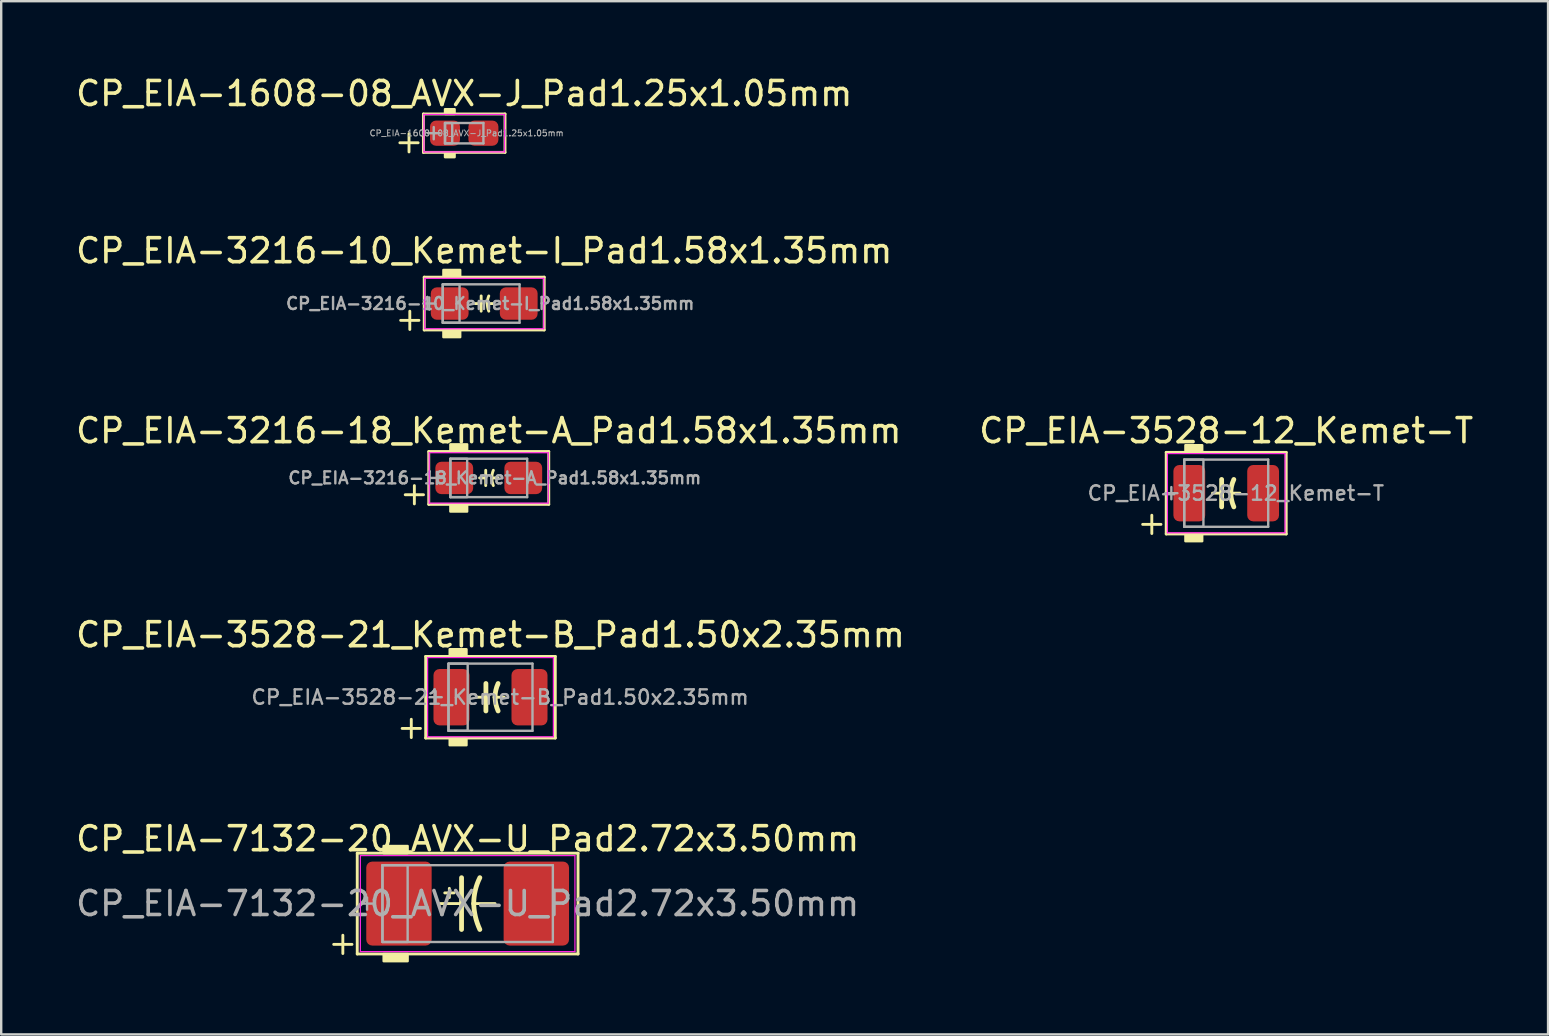
<source format=kicad_pcb>
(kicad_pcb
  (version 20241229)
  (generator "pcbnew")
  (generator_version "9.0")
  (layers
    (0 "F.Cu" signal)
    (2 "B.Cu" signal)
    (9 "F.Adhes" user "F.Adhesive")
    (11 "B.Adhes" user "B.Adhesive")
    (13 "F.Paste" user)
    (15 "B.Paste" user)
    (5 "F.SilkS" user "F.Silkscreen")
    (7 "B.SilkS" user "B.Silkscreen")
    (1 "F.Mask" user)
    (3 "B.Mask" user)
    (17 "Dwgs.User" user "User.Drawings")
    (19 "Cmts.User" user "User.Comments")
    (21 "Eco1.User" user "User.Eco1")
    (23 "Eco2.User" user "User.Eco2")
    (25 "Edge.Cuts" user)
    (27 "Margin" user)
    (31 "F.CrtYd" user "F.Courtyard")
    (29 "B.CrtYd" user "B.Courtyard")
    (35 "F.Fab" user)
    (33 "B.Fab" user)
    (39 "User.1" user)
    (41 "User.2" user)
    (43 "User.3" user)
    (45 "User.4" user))
  (footprint "CP_EIA-3216-10_Kemet-I_Pad1.58x1.35mm"
    (layer "F.Cu")
    (at 17.125 9.598)
    (property "Reference" "CP_EIA-3216-10_Kemet-I_Pad1.58x1.35mm" (at 0 -2.2 0) (layer "F.SilkS") (effects (font (size 1 1) (thickness 0.15))))
    (attr smd)
    (fp_line (start -3.481 0.7) (end -2.719 0.7) (stroke (width 0.12) (type solid)) (layer "F.SilkS"))
    (fp_line (start -3.1 0.319) (end -3.1 1.081) (stroke (width 0.12) (type solid)) (layer "F.SilkS"))
    (fp_line (start -2.5 -1.1) (end -2.5 1.1) (stroke (width 0.12) (type solid)) (layer "F.SilkS"))
    (fp_line (start -2.5 1.1) (end 2.5 1.1) (stroke (width 0.12) (type solid)) (layer "F.SilkS"))
    (fp_line (start -0.381 0) (end -0.127 0) (stroke (width 0.12) (type solid)) (layer "F.SilkS"))
    (fp_line (start -0.127 -0.318) (end -0.127 0.318) (stroke (width 0.12) (type solid)) (layer "F.SilkS"))
    (fp_line (start 0.381 0) (end 0.127 0) (stroke (width 0.12) (type solid)) (layer "F.SilkS"))
    (fp_line (start 2.5 -1.1) (end -2.5 -1.1) (stroke (width 0.12) (type solid)) (layer "F.SilkS"))
    (fp_line (start 2.5 1.1) (end 2.5 -1.1) (stroke (width 0.12) (type solid)) (layer "F.SilkS"))
    (fp_arc (start 0.127 0) (mid 0.143031 -0.161894) (end 0.1905 -0.3175) (stroke (width 0.12) (type solid)) (layer "F.SilkS"))
    (fp_arc (start 0.1905 0.3175) (mid 0.145242 0.161452) (end 0.127 0) (stroke (width 0.12) (type solid)) (layer "F.SilkS"))
    (fp_poly (pts (xy -1 -1.1) (xy -1.7 -1.1) (xy -1.7 -1.4) (xy -1 -1.4)) (stroke (width 0.1) (type solid)) (fill yes) (layer "F.SilkS"))
    (fp_poly (pts (xy -1 1.4) (xy -1.7 1.4) (xy -1.7 1.1) (xy -1 1.1)) (stroke (width 0.1) (type solid)) (fill yes) (layer "F.SilkS"))
    (fp_line (start -2.48 -1.05) (end 2.48 -1.05) (stroke (width 0.05) (type solid)) (layer "F.CrtYd"))
    (fp_line (start -2.48 1.05) (end -2.48 -1.05) (stroke (width 0.05) (type solid)) (layer "F.CrtYd"))
    (fp_line (start 2.48 -1.05) (end 2.48 1.05) (stroke (width 0.05) (type solid)) (layer "F.CrtYd"))
    (fp_line (start 2.48 1.05) (end -2.48 1.05) (stroke (width 0.05) (type solid)) (layer "F.CrtYd"))
    (fp_line (start -2.286 -0.254) (end -2.286 0.254) (stroke (width 0.1) (type solid)) (layer "F.Fab"))
    (fp_line (start -2.032 0) (end -2.54 0) (stroke (width 0.1) (type solid)) (layer "F.Fab"))
    (fp_line (start -1.727 -0.8) (end -1.727 0.8) (stroke (width 0.1) (type solid)) (layer "F.Fab"))
    (fp_line (start -1.727 0.8) (end 1.473 0.8) (stroke (width 0.1) (type solid)) (layer "F.Fab"))
    (fp_line (start 1.473 -0.8) (end -1.727 -0.8) (stroke (width 0.1) (type solid)) (layer "F.Fab"))
    (fp_line (start 1.473 0.8) (end 1.473 -0.8) (stroke (width 0.1) (type solid)) (layer "F.Fab"))
    (fp_rect (start -1.727 -0.8) (end -1.027 0.8) (stroke (width 0.1) (type solid)) (fill no) (layer "F.Fab"))
    (fp_text user "${REFERENCE}" (at 0.25 0 0) (layer "F.Fab") (effects (font (size 0.5 0.5) (thickness 0.1))))
    (pad "1" smd roundrect (at -1.438 0) (size 1.575 1.35) (layers "F.Cu" "F.Mask" "F.Paste") (roundrect_rratio 0.185))
    (pad "2" smd roundrect (at 1.438 0) (size 1.575 1.35) (layers "F.Cu" "F.Mask" "F.Paste") (roundrect_rratio 0.185)))
  (footprint "CP_EIA-3216-18_Kemet-A_Pad1.58x1.35mm"
    (layer "F.Cu")
    (at 17.315 16.864)
    (property "Reference" "CP_EIA-3216-18_Kemet-A_Pad1.58x1.35mm" (at 0 -1.968 0) (layer "F.SilkS") (effects (font (size 1 1) (thickness 0.15))))
    (attr smd)
    (fp_line (start -3.481 0.7) (end -2.719 0.7) (stroke (width 0.12) (type solid)) (layer "F.SilkS"))
    (fp_line (start -3.1 0.319) (end -3.1 1.081) (stroke (width 0.12) (type solid)) (layer "F.SilkS"))
    (fp_line (start -2.5 -1.1) (end -2.5 1.1) (stroke (width 0.12) (type solid)) (layer "F.SilkS"))
    (fp_line (start -2.5 1.1) (end 2.5 1.1) (stroke (width 0.12) (type solid)) (layer "F.SilkS"))
    (fp_line (start -0.381 0) (end -0.127 0) (stroke (width 0.12) (type solid)) (layer "F.SilkS"))
    (fp_line (start -0.127 -0.318) (end -0.127 0.318) (stroke (width 0.12) (type solid)) (layer "F.SilkS"))
    (fp_line (start 0.381 0) (end 0.127 0) (stroke (width 0.12) (type solid)) (layer "F.SilkS"))
    (fp_line (start 2.5 -1.1) (end -2.5 -1.1) (stroke (width 0.12) (type solid)) (layer "F.SilkS"))
    (fp_line (start 2.5 1.1) (end 2.5 -1.1) (stroke (width 0.12) (type solid)) (layer "F.SilkS"))
    (fp_arc (start 0.127 0) (mid 0.143031 -0.161894) (end 0.1905 -0.3175) (stroke (width 0.12) (type solid)) (layer "F.SilkS"))
    (fp_arc (start 0.1905 0.3175) (mid 0.145241 0.161452) (end 0.127 0) (stroke (width 0.12) (type solid)) (layer "F.SilkS"))
    (fp_poly (pts (xy -0.9 -1.1) (xy -1.6 -1.1) (xy -1.6 -1.4) (xy -0.9 -1.4)) (stroke (width 0.1) (type solid)) (fill yes) (layer "F.SilkS"))
    (fp_poly (pts (xy -0.9 1.4) (xy -1.6 1.4) (xy -1.6 1.1) (xy -0.9 1.1)) (stroke (width 0.1) (type solid)) (fill yes) (layer "F.SilkS"))
    (fp_line (start -2.48 -1.05) (end 2.48 -1.05) (stroke (width 0.05) (type solid)) (layer "F.CrtYd"))
    (fp_line (start -2.48 1.05) (end -2.48 -1.05) (stroke (width 0.05) (type solid)) (layer "F.CrtYd"))
    (fp_line (start 2.48 -1.05) (end 2.48 1.05) (stroke (width 0.05) (type solid)) (layer "F.CrtYd"))
    (fp_line (start 2.48 1.05) (end -2.48 1.05) (stroke (width 0.05) (type solid)) (layer "F.CrtYd"))
    (fp_line (start -2.159 -0.254) (end -2.159 0.254) (stroke (width 0.1) (type solid)) (layer "F.Fab"))
    (fp_line (start -1.905 0) (end -2.413 0) (stroke (width 0.1) (type solid)) (layer "F.Fab"))
    (fp_line (start -1.6 -0.8) (end -1.6 0.8) (stroke (width 0.1) (type solid)) (layer "F.Fab"))
    (fp_line (start -1.6 0.8) (end 1.6 0.8) (stroke (width 0.1) (type solid)) (layer "F.Fab"))
    (fp_line (start 1.6 -0.8) (end -1.6 -0.8) (stroke (width 0.1) (type solid)) (layer "F.Fab"))
    (fp_line (start 1.6 0.8) (end 1.6 -0.8) (stroke (width 0.1) (type solid)) (layer "F.Fab"))
    (fp_rect (start -1.6 -0.8) (end -0.9 0.8) (stroke (width 0.1) (type solid)) (fill no) (layer "F.Fab"))
    (fp_text user "${REFERENCE}" (at 0.25 0 0) (layer "F.Fab") (effects (font (size 0.5 0.5) (thickness 0.1))))
    (pad "1" smd roundrect (at -1.438 0) (size 1.575 1.35) (layers "F.Cu" "F.Mask" "F.Paste") (roundrect_rratio 0.185))
    (pad "2" smd roundrect (at 1.438 0) (size 1.575 1.35) (layers "F.Cu" "F.Mask" "F.Paste") (roundrect_rratio 0.185)))
  (footprint "CP_EIA-1608-08_AVX-J_Pad1.25x1.05mm"
    (layer "F.Cu")
    (at 16.292 2.499)
    (property "Reference" "CP_EIA-1608-08_AVX-J_Pad1.25x1.05mm" (at 0 -1.651 0) (layer "F.SilkS") (effects (font (size 1 1) (thickness 0.15))))
    (attr smd)
    (fp_line (start -2.681 0.4) (end -1.919 0.4) (stroke (width 0.12) (type solid)) (layer "F.SilkS"))
    (fp_line (start -2.3 0.019) (end -2.3 0.781) (stroke (width 0.12) (type solid)) (layer "F.SilkS"))
    (fp_line (start -1.7 -0.8) (end -1.7 0.8) (stroke (width 0.12) (type solid)) (layer "F.SilkS"))
    (fp_line (start -1.7 0.8) (end 1.7 0.8) (stroke (width 0.12) (type solid)) (layer "F.SilkS"))
    (fp_line (start 1.7 -0.8) (end -1.7 -0.8) (stroke (width 0.12) (type solid)) (layer "F.SilkS"))
    (fp_line (start 1.7 0.8) (end 1.7 -0.8) (stroke (width 0.12) (type solid)) (layer "F.SilkS"))
    (fp_poly (pts (xy -0.4 -0.8) (xy -0.8 -0.8) (xy -0.8 -1) (xy -0.4 -1)) (stroke (width 0.1) (type solid)) (fill yes) (layer "F.SilkS"))
    (fp_poly (pts (xy -0.4 1) (xy -0.8 1) (xy -0.8 0.8) (xy -0.4 0.8)) (stroke (width 0.1) (type solid)) (fill yes) (layer "F.SilkS"))
    (fp_line (start -1.68 -0.78) (end 1.68 -0.78) (stroke (width 0.05) (type solid)) (layer "F.CrtYd"))
    (fp_line (start -1.68 0.78) (end -1.68 -0.78) (stroke (width 0.05) (type solid)) (layer "F.CrtYd"))
    (fp_line (start 1.68 -0.78) (end 1.68 0.78) (stroke (width 0.05) (type solid)) (layer "F.CrtYd"))
    (fp_line (start 1.68 0.78) (end -1.68 0.78) (stroke (width 0.05) (type solid)) (layer "F.CrtYd"))
    (fp_line (start -1.27 -0.254) (end -1.27 0.254) (stroke (width 0.1) (type solid)) (layer "F.Fab"))
    (fp_line (start -1.016 0) (end -1.524 0) (stroke (width 0.1) (type solid)) (layer "F.Fab"))
    (fp_line (start -0.8 -0.425) (end -0.8 0.425) (stroke (width 0.1) (type solid)) (layer "F.Fab"))
    (fp_line (start -0.8 0.425) (end 0.8 0.425) (stroke (width 0.1) (type solid)) (layer "F.Fab"))
    (fp_line (start 0.8 -0.425) (end -0.8 -0.425) (stroke (width 0.1) (type solid)) (layer "F.Fab"))
    (fp_line (start 0.8 0.425) (end 0.8 -0.425) (stroke (width 0.1) (type solid)) (layer "F.Fab"))
    (fp_rect (start -0.8 -0.425) (end -0.5 0.425) (stroke (width 0.1) (type solid)) (fill no) (layer "F.Fab"))
    (fp_text user "${REFERENCE}" (at 0.1 0 0) (layer "F.Fab") (effects (font (size 0.25 0.25) (thickness 0.04))))
    (pad "1" smd roundrect (at -0.8 0) (size 1.25 1.05) (layers "F.Cu" "F.Mask" "F.Paste") (roundrect_rratio 0.238))
    (pad "2" smd roundrect (at 0.8 0) (size 1.25 1.05) (layers "F.Cu" "F.Mask" "F.Paste") (roundrect_rratio 0.238)))
  (footprint "CP_EIA-3528-12_Kemet-T"
    (layer "F.Cu")
    (at 48.042 17.499)
    (property "Reference" "CP_EIA-3528-12_Kemet-T" (at 0 -2.603 0) (layer "F.SilkS") (effects (font (size 1 1) (thickness 0.15))))
    (attr smd)
    (fp_line (start -3.481 1.3) (end -2.719 1.3) (stroke (width 0.12) (type solid)) (layer "F.SilkS"))
    (fp_line (start -3.1 0.919) (end -3.1 1.681) (stroke (width 0.12) (type solid)) (layer "F.SilkS"))
    (fp_line (start -2.5 -1.7) (end -2.5 1.7) (stroke (width 0.12) (type solid)) (layer "F.SilkS"))
    (fp_line (start -2.5 1.7) (end 2.5 1.7) (stroke (width 0.12) (type solid)) (layer "F.SilkS"))
    (fp_line (start -0.572 0) (end -0.191 0) (stroke (width 0.12) (type solid)) (layer "F.SilkS"))
    (fp_line (start -0.191 -0.572) (end -0.191 0.572) (stroke (width 0.2) (type solid)) (layer "F.SilkS"))
    (fp_line (start 0.572 0) (end 0.191 0) (stroke (width 0.12) (type solid)) (layer "F.SilkS"))
    (fp_line (start 2.5 -1.7) (end -2.5 -1.7) (stroke (width 0.12) (type solid)) (layer "F.SilkS"))
    (fp_line (start 2.5 1.7) (end 2.5 -1.7) (stroke (width 0.12) (type solid)) (layer "F.SilkS"))
    (fp_arc (start 0.1905 0) (mid 0.222579 -0.292732) (end 0.3175 -0.5715) (stroke (width 0.2) (type solid)) (layer "F.SilkS"))
    (fp_arc (start 0.3175 0.5715) (mid 0.226611 0.291836) (end 0.1905 0) (stroke (width 0.2) (type solid)) (layer "F.SilkS"))
    (fp_poly (pts (xy -1 -1.7) (xy -1.7 -1.7) (xy -1.7 -2) (xy -1 -2)) (stroke (width 0.1) (type solid)) (fill yes) (layer "F.SilkS"))
    (fp_poly (pts (xy -1 2) (xy -1.7 2) (xy -1.7 1.7) (xy -1 1.7)) (stroke (width 0.1) (type solid)) (fill yes) (layer "F.SilkS"))
    (fp_line (start -2.45 -1.65) (end 2.45 -1.65) (stroke (width 0.05) (type solid)) (layer "F.CrtYd"))
    (fp_line (start -2.45 1.65) (end -2.45 -1.65) (stroke (width 0.05) (type solid)) (layer "F.CrtYd"))
    (fp_line (start 2.45 -1.65) (end 2.45 1.65) (stroke (width 0.05) (type solid)) (layer "F.CrtYd"))
    (fp_line (start 2.45 1.65) (end -2.45 1.65) (stroke (width 0.05) (type solid)) (layer "F.CrtYd"))
    (fp_line (start -2.286 -0.254) (end -2.286 0.254) (stroke (width 0.1) (type solid)) (layer "F.Fab"))
    (fp_line (start -2.032 0) (end -2.54 0) (stroke (width 0.1) (type solid)) (layer "F.Fab"))
    (fp_line (start -1.75 -1.4) (end -1.75 1.4) (stroke (width 0.1) (type solid)) (layer "F.Fab"))
    (fp_line (start -1.75 1.4) (end 1.75 1.4) (stroke (width 0.1) (type solid)) (layer "F.Fab"))
    (fp_line (start 1.75 -1.4) (end -1.75 -1.4) (stroke (width 0.1) (type solid)) (layer "F.Fab"))
    (fp_line (start 1.75 1.4) (end 1.75 -1.4) (stroke (width 0.1) (type solid)) (layer "F.Fab"))
    (fp_rect (start -1.75 -1.4) (end -0.95 1.4) (stroke (width 0.1) (type solid)) (fill no) (layer "F.Fab"))
    (fp_text user "${REFERENCE}" (at 0.4 0 0) (layer "F.Fab") (effects (font (size 0.6 0.6) (thickness 0.1))))
    (pad "1" smd roundrect (at -1.538 0) (size 1.325 2.35) (layers "F.Cu" "F.Mask" "F.Paste") (roundrect_rratio 0.189))
    (pad "2" smd roundrect (at 1.538 0) (size 1.325 2.35) (layers "F.Cu" "F.Mask" "F.Paste") (roundrect_rratio 0.189)))
  (footprint "CP_EIA-7132-20_AVX-U_Pad2.72x3.50mm"
    (layer "F.Cu")
    (at 16.435 34.599)
    (property "Reference" "CP_EIA-7132-20_AVX-U_Pad2.72x3.50mm" (at 0 -2.7 0) (layer "F.SilkS") (effects (font (size 1 1) (thickness 0.15))))
    (attr smd)
    (fp_line (start -5.581 1.7) (end -4.819 1.7) (stroke (width 0.12) (type solid)) (layer "F.SilkS"))
    (fp_line (start -5.2 1.319) (end -5.2 2.081) (stroke (width 0.12) (type solid)) (layer "F.SilkS"))
    (fp_line (start -4.6 -2.1) (end -4.6 2.1) (stroke (width 0.12) (type solid)) (layer "F.SilkS"))
    (fp_line (start -4.6 2.1) (end 4.6 2.1) (stroke (width 0.12) (type solid)) (layer "F.SilkS"))
    (fp_line (start -1.143 0) (end -0.254 0) (stroke (width 0.12) (type solid)) (layer "F.SilkS"))
    (fp_line (start -0.762 -0.254) (end -0.762 -0.635) (stroke (width 0.12) (type solid)) (layer "F.SilkS"))
    (fp_line (start -0.572 -0.445) (end -0.953 -0.445) (stroke (width 0.12) (type solid)) (layer "F.SilkS"))
    (fp_line (start -0.254 -1.079) (end -0.254 1.079) (stroke (width 0.2) (type solid)) (layer "F.SilkS"))
    (fp_line (start 1.143 0) (end 0.254 0) (stroke (width 0.12) (type solid)) (layer "F.SilkS"))
    (fp_line (start 4.6 -2.1) (end -4.6 -2.1) (stroke (width 0.12) (type solid)) (layer "F.SilkS"))
    (fp_line (start 4.6 2.1) (end 4.6 -2.1) (stroke (width 0.12) (type solid)) (layer "F.SilkS"))
    (fp_arc (start 0.254 0) (mid 0.318254 -0.554514) (end 0.508 -1.0795) (stroke (width 0.2) (type solid)) (layer "F.SilkS"))
    (fp_arc (start 0.508 1.0795) (mid 0.325879 0.55272) (end 0.254 0) (stroke (width 0.2) (type solid)) (layer "F.SilkS"))
    (fp_poly (pts (xy -2.5 -2.1) (xy -3.5 -2.1) (xy -3.5 -2.4) (xy -2.5 -2.4)) (stroke (width 0.1) (type solid)) (fill yes) (layer "F.SilkS"))
    (fp_poly (pts (xy -2.5 2.4) (xy -3.5 2.4) (xy -3.5 2.1) (xy -2.5 2.1)) (stroke (width 0.1) (type solid)) (fill yes) (layer "F.SilkS"))
    (fp_line (start -4.47 -2) (end 4.47 -2) (stroke (width 0.05) (type solid)) (layer "F.CrtYd"))
    (fp_line (start -4.47 2) (end -4.47 -2) (stroke (width 0.05) (type solid)) (layer "F.CrtYd"))
    (fp_line (start 4.47 -2) (end 4.47 2) (stroke (width 0.05) (type solid)) (layer "F.CrtYd"))
    (fp_line (start 4.47 2) (end -4.47 2) (stroke (width 0.05) (type solid)) (layer "F.CrtYd"))
    (fp_line (start -4.191 -0.254) (end -4.191 0.254) (stroke (width 0.1) (type solid)) (layer "F.Fab"))
    (fp_line (start -3.937 0) (end -4.445 0) (stroke (width 0.1) (type solid)) (layer "F.Fab"))
    (fp_line (start -3.55 -1.6) (end -3.55 1.6) (stroke (width 0.1) (type solid)) (layer "F.Fab"))
    (fp_line (start -3.55 1.6) (end 3.55 1.6) (stroke (width 0.1) (type solid)) (layer "F.Fab"))
    (fp_line (start 3.55 -1.6) (end -3.55 -1.6) (stroke (width 0.1) (type solid)) (layer "F.Fab"))
    (fp_line (start 3.55 1.6) (end 3.55 -1.6) (stroke (width 0.1) (type solid)) (layer "F.Fab"))
    (fp_rect (start -3.55 -1.6) (end -2.5 1.6) (stroke (width 0.1) (type solid)) (fill no) (layer "F.Fab"))
    (fp_text user "${REFERENCE}" (at 0 0 0) (layer "F.Fab") (effects (font (size 1 1) (thickness 0.15))))
    (pad "1" smd roundrect (at -2.862 0) (size 2.725 3.5) (layers "F.Cu" "F.Mask" "F.Paste") (roundrect_rratio 0.092))
    (pad "2" smd roundrect (at 2.862 0) (size 2.725 3.5) (layers "F.Cu" "F.Mask" "F.Paste") (roundrect_rratio 0.092)))
  (footprint "CP_EIA-3528-21_Kemet-B_Pad1.50x2.35mm"
    (layer "F.Cu")
    (at 17.387 26.001)
    (property "Reference" "CP_EIA-3528-21_Kemet-B_Pad1.50x2.35mm" (at 0 -2.603 0) (layer "F.SilkS") (effects (font (size 1 1) (thickness 0.15))))
    (attr smd)
    (fp_line (start -3.681 1.3) (end -2.919 1.3) (stroke (width 0.12) (type solid)) (layer "F.SilkS"))
    (fp_line (start -3.3 0.919) (end -3.3 1.681) (stroke (width 0.12) (type solid)) (layer "F.SilkS"))
    (fp_line (start -2.7 -1.7) (end -2.7 1.7) (stroke (width 0.12) (type solid)) (layer "F.SilkS"))
    (fp_line (start -2.7 1.7) (end 2.7 1.7) (stroke (width 0.12) (type solid)) (layer "F.SilkS"))
    (fp_line (start -0.572 0) (end -0.191 0) (stroke (width 0.12) (type solid)) (layer "F.SilkS"))
    (fp_line (start -0.191 -0.572) (end -0.191 0.572) (stroke (width 0.2) (type solid)) (layer "F.SilkS"))
    (fp_line (start 0.572 0) (end 0.191 0) (stroke (width 0.12) (type solid)) (layer "F.SilkS"))
    (fp_line (start 2.7 -1.7) (end -2.7 -1.7) (stroke (width 0.12) (type solid)) (layer "F.SilkS"))
    (fp_line (start 2.7 1.7) (end 2.7 -1.7) (stroke (width 0.12) (type solid)) (layer "F.SilkS"))
    (fp_arc (start 0.1905 0) (mid 0.222579 -0.292732) (end 0.3175 -0.5715) (stroke (width 0.2) (type solid)) (layer "F.SilkS"))
    (fp_arc (start 0.3175 0.5715) (mid 0.226611 0.291836) (end 0.1905 0) (stroke (width 0.2) (type solid)) (layer "F.SilkS"))
    (fp_poly (pts (xy -1 -1.7) (xy -1.7 -1.7) (xy -1.7 -2) (xy -1 -2)) (stroke (width 0.1) (type solid)) (fill yes) (layer "F.SilkS"))
    (fp_poly (pts (xy -1 2) (xy -1.7 2) (xy -1.7 1.7) (xy -1 1.7)) (stroke (width 0.1) (type solid)) (fill yes) (layer "F.SilkS"))
    (fp_line (start -2.62 -1.65) (end 2.62 -1.65) (stroke (width 0.05) (type solid)) (layer "F.CrtYd"))
    (fp_line (start -2.62 1.65) (end -2.62 -1.65) (stroke (width 0.05) (type solid)) (layer "F.CrtYd"))
    (fp_line (start 2.62 -1.65) (end 2.62 1.65) (stroke (width 0.05) (type solid)) (layer "F.CrtYd"))
    (fp_line (start 2.62 1.65) (end -2.62 1.65) (stroke (width 0.05) (type solid)) (layer "F.CrtYd"))
    (fp_line (start -2.286 -0.254) (end -2.286 0.254) (stroke (width 0.1) (type solid)) (layer "F.Fab"))
    (fp_line (start -2.032 0) (end -2.54 0) (stroke (width 0.1) (type solid)) (layer "F.Fab"))
    (fp_line (start -1.75 -1.4) (end -1.75 1.4) (stroke (width 0.1) (type solid)) (layer "F.Fab"))
    (fp_line (start -1.75 1.4) (end 1.75 1.4) (stroke (width 0.1) (type solid)) (layer "F.Fab"))
    (fp_line (start 1.75 -1.4) (end -1.75 -1.4) (stroke (width 0.1) (type solid)) (layer "F.Fab"))
    (fp_line (start 1.75 1.4) (end 1.75 -1.4) (stroke (width 0.1) (type solid)) (layer "F.Fab"))
    (fp_rect (start -1.75 -1.4) (end -0.95 1.4) (stroke (width 0.1) (type solid)) (fill no) (layer "F.Fab"))
    (fp_text user "${REFERENCE}" (at 0.4 0 0) (layer "F.Fab") (effects (font (size 0.6 0.6) (thickness 0.1))))
    (pad "1" smd roundrect (at -1.625 0) (size 1.5 2.35) (layers "F.Cu" "F.Mask" "F.Paste") (roundrect_rratio 0.167))
    (pad "2" smd roundrect (at 1.625 0) (size 1.5 2.35) (layers "F.Cu" "F.Mask" "F.Paste") (roundrect_rratio 0.167)))
  (gr_rect
    (start -3 -3)
    (end 61.452 40.049)
    (stroke (width 0.1) (type default))
    (fill no)
    (layer "Edge.Cuts")))
</source>
